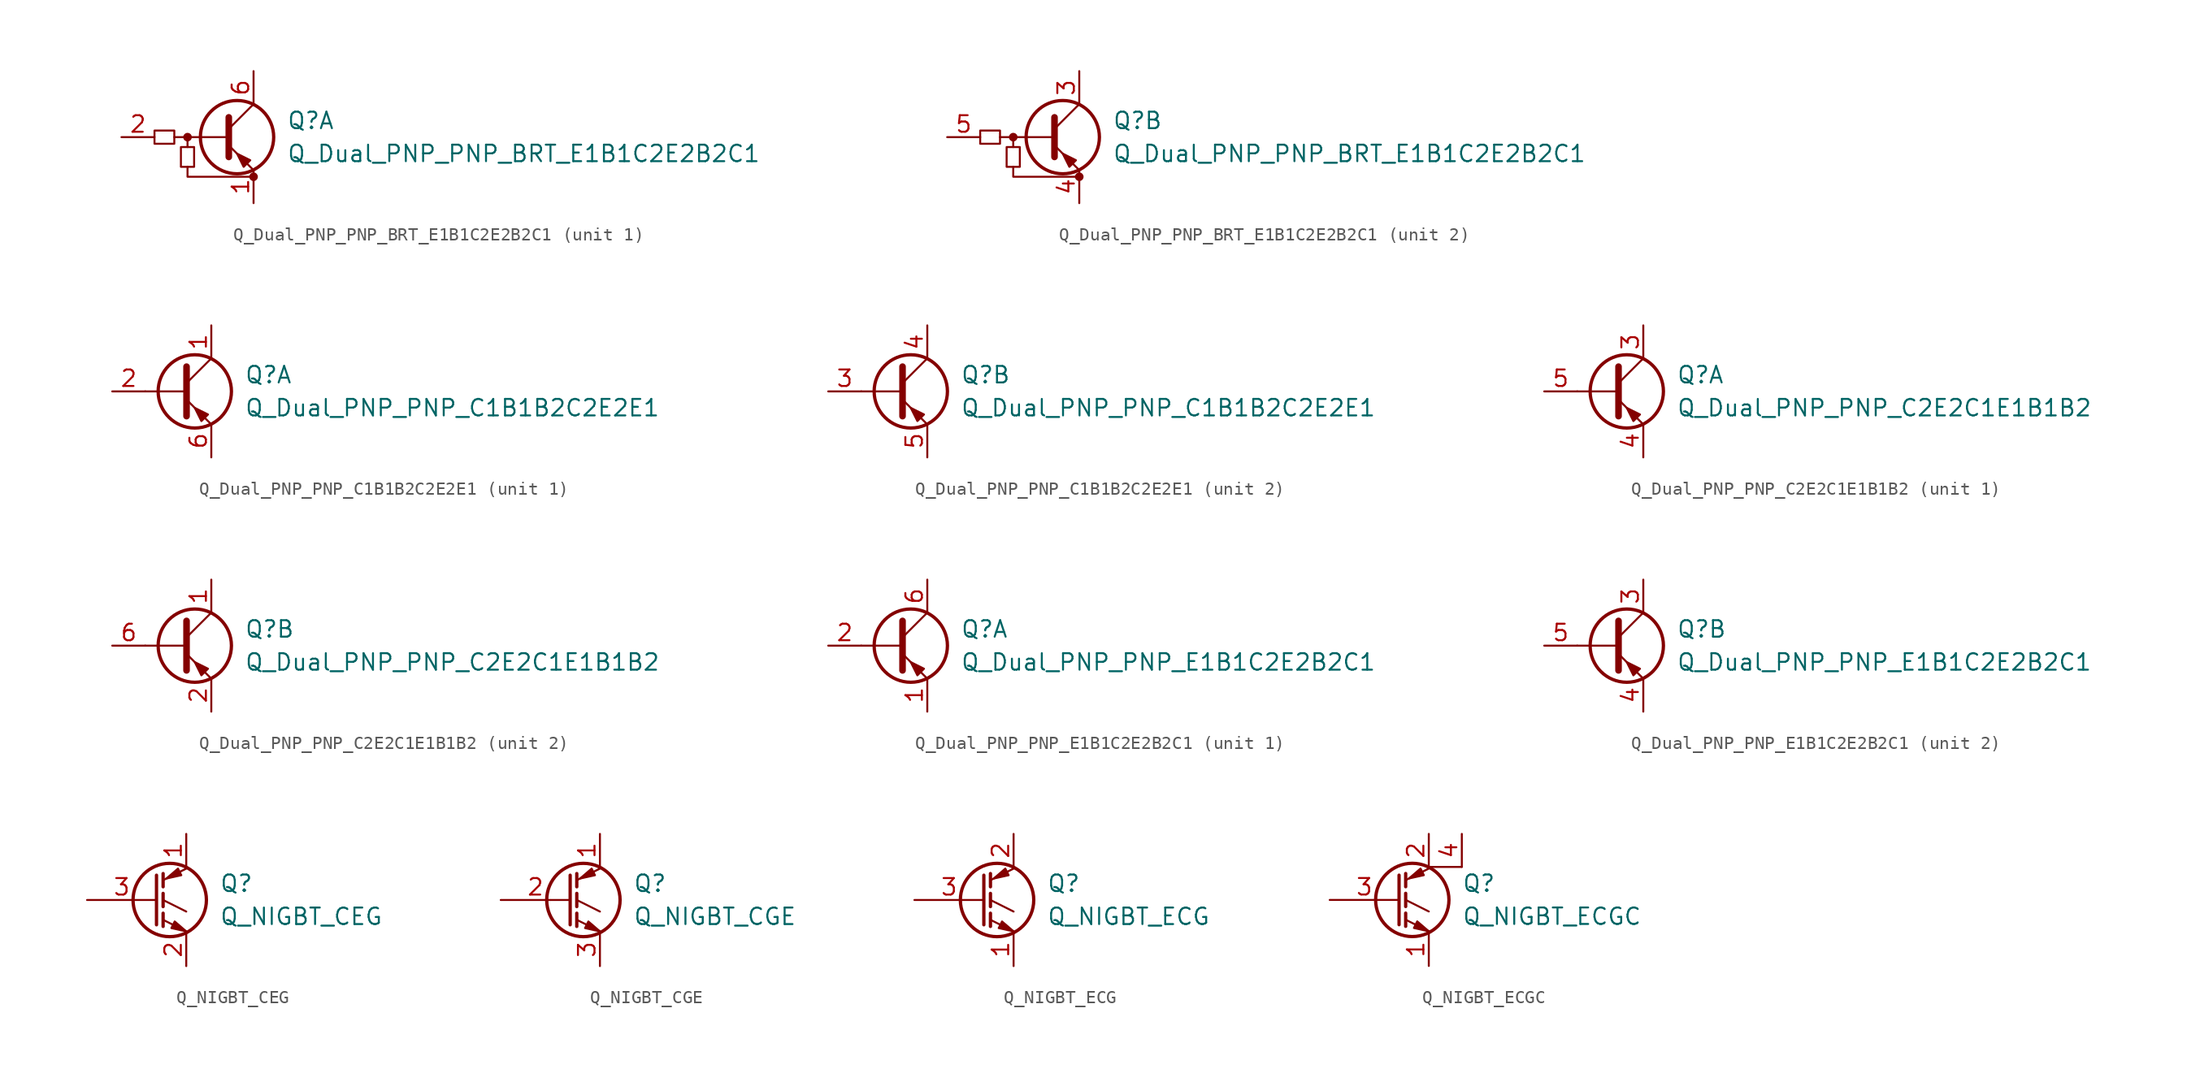
<source format=kicad_sym>
(kicad_symbol_lib
  (version 20201005)
  (generator kicad_symbol_editor)
  (symbol "Q_Dual_PNP_PNP_BRT_E1B1C2E2B2C1"
    (pin_names hide)
    (property "Reference" "Q"
      (at 3.81 1.27 0)
      (effects (font (size 1.27 1.27)) (justify left)))
    (property "Value" "Q_Dual_PNP_PNP_BRT_E1B1C2E2B2C1"
      (at 3.81 -1.27 0)
      (effects (font (size 1.27 1.27)) (justify left)))
    (symbol "Q_Dual_PNP_PNP_BRT_E1B1C2E2B2C1_0_1"
      (circle (center -3.81 0) (radius 0.254) (stroke (width 0)) (fill (type outline)))
      (circle (center 1.27 -3.048) (radius 0.254) (stroke (width 0)) (fill (type outline)))
      (rectangle (start -6.35 0.508) (end -4.826 -0.508) (stroke (width 0)) (fill (type none)))
      (rectangle (start -4.318 -2.286) (end -3.302 -0.762) (stroke (width 0)) (fill (type none)))
      (polyline (pts (xy -3.81 -0.762) (xy -3.81 0)) (stroke (width 0)) (fill (type none)))
      (polyline (pts (xy -0.762 0) (xy -4.826 0)) (stroke (width 0)) (fill (type none)))
      (polyline (pts (xy -0.635 1.524) (xy -0.635 -1.524)) (stroke (width 0.508)) (fill (type none)))
      (polyline (pts (xy -3.81 -2.286) (xy -3.81 -3.048) (xy 1.27 -3.048)) (stroke (width 0)) (fill (type none)))
      (polyline (pts (xy 1.016 -1.778) (xy 0.508 -2.286) (xy 0 -1.27) (xy 1.016 -1.778) (xy 1.016 -1.778)) (stroke (width 0)) (fill (type outline))))
    (symbol "Q_Dual_PNP_PNP_BRT_E1B1C2E2B2C1_1_1"
      (circle (center 0 0) (radius 2.819) (stroke (width 0.254)) (fill (type none)))
      (polyline (pts (xy -0.635 0.635) (xy 1.27 2.54)) (stroke (width 0)) (fill (type none)))
      (polyline (pts (xy -0.635 -0.635) (xy 1.27 -2.54) (xy 1.27 -2.54)) (stroke (width 0)) (fill (type none)))
      (pin passive line (at 1.27 -5.08 90) (length 2.54) (name "E1" (effects (font (size 1.27 1.27)))) (number "1" (effects (font (size 1.27 1.27)))))
      (pin input line (at -8.89 0 0) (length 2.54) (name "B1" (effects (font (size 1.27 1.27)))) (number "2" (effects (font (size 1.27 1.27)))))
      (pin passive line (at 1.27 5.08 270) (length 2.54) (name "C1" (effects (font (size 1.27 1.27)))) (number "6" (effects (font (size 1.27 1.27))))))
    (symbol "Q_Dual_PNP_PNP_BRT_E1B1C2E2B2C1_2_1"
      (circle (center 0 0) (radius 2.819) (stroke (width 0.254)) (fill (type none)))
      (polyline (pts (xy -0.635 0.635) (xy 1.27 2.54)) (stroke (width 0)) (fill (type none)))
      (polyline (pts (xy -0.635 -0.635) (xy 1.27 -2.54) (xy 1.27 -2.54)) (stroke (width 0)) (fill (type none)))
      (pin passive line (at 1.27 5.08 270) (length 2.54) (name "C2" (effects (font (size 1.27 1.27)))) (number "3" (effects (font (size 1.27 1.27)))))
      (pin passive line (at 1.27 -5.08 90) (length 2.54) (name "E2" (effects (font (size 1.27 1.27)))) (number "4" (effects (font (size 1.27 1.27)))))
      (pin input line (at -8.89 0 0) (length 2.54) (name "B2" (effects (font (size 1.27 1.27)))) (number "5" (effects (font (size 1.27 1.27)))))))
  (symbol "Q_Dual_PNP_PNP_C1B1B2C2E2E1"
    (pin_names
      (offset 0) hide)
    (property "Reference" "Q"
      (at 5.08 1.27 0)
      (effects (font (size 1.27 1.27)) (justify left)))
    (property "Value" "Q_Dual_PNP_PNP_C1B1B2C2E2E1"
      (at 5.08 -1.27 0)
      (effects (font (size 1.27 1.27)) (justify left)))
    (property "ki_locked" ""
      (at 0 0 0)
      (effects (font (size 1.27 1.27))))
    (symbol "Q_Dual_PNP_PNP_C1B1B2C2E2E1_0_1"
      (circle (center 1.27 0) (radius 2.819) (stroke (width 0.254)) (fill (type none)))
      (polyline (pts (xy 0.635 0) (xy -2.54 0)) (stroke (width 0)) (fill (type none)))
      (polyline (pts (xy 0.635 0.635) (xy 2.54 2.54)) (stroke (width 0)) (fill (type none)))
      (polyline (pts (xy 0.635 -0.635) (xy 2.54 -2.54) (xy 2.54 -2.54)) (stroke (width 0)) (fill (type none)))
      (polyline (pts (xy 0.635 1.905) (xy 0.635 -1.905) (xy 0.635 -1.905)) (stroke (width 0.508)) (fill (type none)))
      (polyline (pts (xy 2.286 -1.778) (xy 1.778 -2.286) (xy 1.27 -1.27) (xy 2.286 -1.778) (xy 2.286 -1.778)) (stroke (width 0)) (fill (type outline))))
    (symbol "Q_Dual_PNP_PNP_C1B1B2C2E2E1_1_1"
      (pin passive line (at 2.54 5.08 270) (length 2.54) (name "C1" (effects (font (size 1.27 1.27)))) (number "1" (effects (font (size 1.27 1.27)))))
      (pin input line (at -5.08 0 0) (length 2.54) (name "B1" (effects (font (size 1.27 1.27)))) (number "2" (effects (font (size 1.27 1.27)))))
      (pin passive line (at 2.54 -5.08 90) (length 2.54) (name "E1" (effects (font (size 1.27 1.27)))) (number "6" (effects (font (size 1.27 1.27))))))
    (symbol "Q_Dual_PNP_PNP_C1B1B2C2E2E1_2_1"
      (pin input line (at -5.08 0 0) (length 2.54) (name "B2" (effects (font (size 1.27 1.27)))) (number "3" (effects (font (size 1.27 1.27)))))
      (pin passive line (at 2.54 5.08 270) (length 2.54) (name "C2" (effects (font (size 1.27 1.27)))) (number "4" (effects (font (size 1.27 1.27)))))
      (pin passive line (at 2.54 -5.08 90) (length 2.54) (name "E2" (effects (font (size 1.27 1.27)))) (number "5" (effects (font (size 1.27 1.27)))))))
  (symbol "Q_Dual_PNP_PNP_C2E2C1E1B1B2"
    (pin_names
      (offset 0) hide)
    (property "Reference" "Q"
      (at 5.08 1.27 0)
      (effects (font (size 1.27 1.27)) (justify left)))
    (property "Value" "Q_Dual_PNP_PNP_C2E2C1E1B1B2"
      (at 5.08 -1.27 0)
      (effects (font (size 1.27 1.27)) (justify left)))
    (property "ki_locked" ""
      (at 0 0 0)
      (effects (font (size 1.27 1.27))))
    (symbol "Q_Dual_PNP_PNP_C2E2C1E1B1B2_0_1"
      (circle (center 1.27 0) (radius 2.819) (stroke (width 0.254)) (fill (type none)))
      (polyline (pts (xy 0.635 0) (xy -2.54 0)) (stroke (width 0)) (fill (type none)))
      (polyline (pts (xy 0.635 0.635) (xy 2.54 2.54)) (stroke (width 0)) (fill (type none)))
      (polyline (pts (xy 0.635 -0.635) (xy 2.54 -2.54) (xy 2.54 -2.54)) (stroke (width 0)) (fill (type none)))
      (polyline (pts (xy 0.635 1.905) (xy 0.635 -1.905) (xy 0.635 -1.905)) (stroke (width 0.508)) (fill (type none)))
      (polyline (pts (xy 2.286 -1.778) (xy 1.778 -2.286) (xy 1.27 -1.27) (xy 2.286 -1.778) (xy 2.286 -1.778)) (stroke (width 0)) (fill (type outline))))
    (symbol "Q_Dual_PNP_PNP_C2E2C1E1B1B2_1_1"
      (pin passive line (at 2.54 5.08 270) (length 2.54) (name "C1" (effects (font (size 1.27 1.27)))) (number "3" (effects (font (size 1.27 1.27)))))
      (pin passive line (at 2.54 -5.08 90) (length 2.54) (name "E1" (effects (font (size 1.27 1.27)))) (number "4" (effects (font (size 1.27 1.27)))))
      (pin input line (at -5.08 0 0) (length 2.54) (name "B1" (effects (font (size 1.27 1.27)))) (number "5" (effects (font (size 1.27 1.27))))))
    (symbol "Q_Dual_PNP_PNP_C2E2C1E1B1B2_2_1"
      (pin passive line (at 2.54 5.08 270) (length 2.54) (name "C2" (effects (font (size 1.27 1.27)))) (number "1" (effects (font (size 1.27 1.27)))))
      (pin passive line (at 2.54 -5.08 90) (length 2.54) (name "E2" (effects (font (size 1.27 1.27)))) (number "2" (effects (font (size 1.27 1.27)))))
      (pin input line (at -5.08 0 0) (length 2.54) (name "B2" (effects (font (size 1.27 1.27)))) (number "6" (effects (font (size 1.27 1.27)))))))
  (symbol "Q_Dual_PNP_PNP_E1B1C2E2B2C1"
    (pin_names
      (offset 0) hide)
    (property "Reference" "Q"
      (at 5.08 1.27 0)
      (effects (font (size 1.27 1.27)) (justify left)))
    (property "Value" "Q_Dual_PNP_PNP_E1B1C2E2B2C1"
      (at 5.08 -1.27 0)
      (effects (font (size 1.27 1.27)) (justify left)))
    (property "ki_locked" ""
      (at 0 0 0)
      (effects (font (size 1.27 1.27))))
    (symbol "Q_Dual_PNP_PNP_E1B1C2E2B2C1_0_1"
      (circle (center 1.27 0) (radius 2.819) (stroke (width 0.254)) (fill (type none)))
      (polyline (pts (xy 0.635 0) (xy -2.54 0)) (stroke (width 0)) (fill (type none)))
      (polyline (pts (xy 0.635 0.635) (xy 2.54 2.54)) (stroke (width 0)) (fill (type none)))
      (polyline (pts (xy 0.635 -0.635) (xy 2.54 -2.54) (xy 2.54 -2.54)) (stroke (width 0)) (fill (type none)))
      (polyline (pts (xy 0.635 1.905) (xy 0.635 -1.905) (xy 0.635 -1.905)) (stroke (width 0.508)) (fill (type none)))
      (polyline (pts (xy 2.286 -1.778) (xy 1.778 -2.286) (xy 1.27 -1.27) (xy 2.286 -1.778) (xy 2.286 -1.778)) (stroke (width 0)) (fill (type outline))))
    (symbol "Q_Dual_PNP_PNP_E1B1C2E2B2C1_1_1"
      (pin passive line (at 2.54 -5.08 90) (length 2.54) (name "E1" (effects (font (size 1.27 1.27)))) (number "1" (effects (font (size 1.27 1.27)))))
      (pin input line (at -5.08 0 0) (length 2.54) (name "B1" (effects (font (size 1.27 1.27)))) (number "2" (effects (font (size 1.27 1.27)))))
      (pin passive line (at 2.54 5.08 270) (length 2.54) (name "C1" (effects (font (size 1.27 1.27)))) (number "6" (effects (font (size 1.27 1.27))))))
    (symbol "Q_Dual_PNP_PNP_E1B1C2E2B2C1_2_1"
      (pin passive line (at 2.54 5.08 270) (length 2.54) (name "C2" (effects (font (size 1.27 1.27)))) (number "3" (effects (font (size 1.27 1.27)))))
      (pin passive line (at 2.54 -5.08 90) (length 2.54) (name "E2" (effects (font (size 1.27 1.27)))) (number "4" (effects (font (size 1.27 1.27)))))
      (pin input line (at -5.08 0 0) (length 2.54) (name "B2" (effects (font (size 1.27 1.27)))) (number "5" (effects (font (size 1.27 1.27)))))))
  (symbol "Q_NIGBT_CEG"
    (pin_names
      (offset 0) hide)
    (property "Reference" "Q"
      (at 5.08 1.27 0)
      (effects (font (size 1.27 1.27)) (justify left)))
    (property "Value" "Q_NIGBT_CEG"
      (at 5.08 -1.27 0)
      (effects (font (size 1.27 1.27)) (justify left)))
    (symbol "Q_NIGBT_CEG_0_1"
      (circle (center 1.27 0) (radius 2.819) (stroke (width 0.254)) (fill (type none)))
      (polyline (pts (xy 0.762 -1.016) (xy 0.762 -2.032)) (stroke (width 0.254)) (fill (type none)))
      (polyline (pts (xy 0.762 0.508) (xy 0.762 -0.508)) (stroke (width 0.254)) (fill (type none)))
      (polyline (pts (xy 0.762 2.032) (xy 0.762 1.016)) (stroke (width 0.254)) (fill (type none)))
      (polyline (pts (xy 2.54 -2.413) (xy 0.762 -1.524)) (stroke (width 0)) (fill (type none)))
      (polyline (pts (xy 2.54 -0.889) (xy 0.762 0)) (stroke (width 0)) (fill (type none)))
      (polyline (pts (xy 2.54 2.413) (xy 0.762 1.524)) (stroke (width 0)) (fill (type none)))
      (polyline (pts (xy 0.254 1.905) (xy 0.254 -1.905) (xy 0.254 -1.905)) (stroke (width 0.254)) (fill (type none)))
      (polyline (pts (xy 1.397 -2.159) (xy 1.651 -1.651) (xy 2.54 -2.413) (xy 1.397 -2.159)) (stroke (width 0)) (fill (type outline)))
      (polyline (pts (xy 2.159 1.905) (xy 1.905 2.413) (xy 1.016 1.651) (xy 2.159 1.905)) (stroke (width 0)) (fill (type outline))))
    (symbol "Q_NIGBT_CEG_1_1"
      (pin passive line (at 2.54 5.08 270) (length 2.54) (name "C" (effects (font (size 1.27 1.27)))) (number "1" (effects (font (size 1.27 1.27)))))
      (pin passive line (at 2.54 -5.08 90) (length 2.54) (name "E" (effects (font (size 1.27 1.27)))) (number "2" (effects (font (size 1.27 1.27)))))
      (pin input line (at -5.08 0 0) (length 5.334) (name "G" (effects (font (size 1.27 1.27)))) (number "3" (effects (font (size 1.27 1.27)))))))
  (symbol "Q_NIGBT_CGE"
    (pin_names
      (offset 0) hide)
    (property "Reference" "Q"
      (at 5.08 1.27 0)
      (effects (font (size 1.27 1.27)) (justify left)))
    (property "Value" "Q_NIGBT_CGE"
      (at 5.08 -1.27 0)
      (effects (font (size 1.27 1.27)) (justify left)))
    (symbol "Q_NIGBT_CGE_0_1"
      (circle (center 1.27 0) (radius 2.819) (stroke (width 0.254)) (fill (type none)))
      (polyline (pts (xy 0.762 -1.016) (xy 0.762 -2.032)) (stroke (width 0.254)) (fill (type none)))
      (polyline (pts (xy 0.762 0.508) (xy 0.762 -0.508)) (stroke (width 0.254)) (fill (type none)))
      (polyline (pts (xy 0.762 2.032) (xy 0.762 1.016)) (stroke (width 0.254)) (fill (type none)))
      (polyline (pts (xy 2.54 -2.413) (xy 0.762 -1.524)) (stroke (width 0)) (fill (type none)))
      (polyline (pts (xy 2.54 -0.889) (xy 0.762 0)) (stroke (width 0)) (fill (type none)))
      (polyline (pts (xy 2.54 2.413) (xy 0.762 1.524)) (stroke (width 0)) (fill (type none)))
      (polyline (pts (xy 0.254 1.905) (xy 0.254 -1.905) (xy 0.254 -1.905)) (stroke (width 0.254)) (fill (type none)))
      (polyline (pts (xy 1.397 -2.159) (xy 1.651 -1.651) (xy 2.54 -2.413) (xy 1.397 -2.159)) (stroke (width 0)) (fill (type outline)))
      (polyline (pts (xy 2.159 1.905) (xy 1.905 2.413) (xy 1.016 1.651) (xy 2.159 1.905)) (stroke (width 0)) (fill (type outline))))
    (symbol "Q_NIGBT_CGE_1_1"
      (pin passive line (at 2.54 5.08 270) (length 2.54) (name "C" (effects (font (size 1.27 1.27)))) (number "1" (effects (font (size 1.27 1.27)))))
      (pin input line (at -5.08 0 0) (length 5.334) (name "G" (effects (font (size 1.27 1.27)))) (number "2" (effects (font (size 1.27 1.27)))))
      (pin passive line (at 2.54 -5.08 90) (length 2.54) (name "E" (effects (font (size 1.27 1.27)))) (number "3" (effects (font (size 1.27 1.27)))))))
  (symbol "Q_NIGBT_ECG"
    (pin_names
      (offset 0) hide)
    (property "Reference" "Q"
      (at 5.08 1.27 0)
      (effects (font (size 1.27 1.27)) (justify left)))
    (property "Value" "Q_NIGBT_ECG"
      (at 5.08 -1.27 0)
      (effects (font (size 1.27 1.27)) (justify left)))
    (symbol "Q_NIGBT_ECG_0_1"
      (circle (center 1.27 0) (radius 2.819) (stroke (width 0.254)) (fill (type none)))
      (polyline (pts (xy 0.762 -1.016) (xy 0.762 -2.032)) (stroke (width 0.254)) (fill (type none)))
      (polyline (pts (xy 0.762 0.508) (xy 0.762 -0.508)) (stroke (width 0.254)) (fill (type none)))
      (polyline (pts (xy 0.762 2.032) (xy 0.762 1.016)) (stroke (width 0.254)) (fill (type none)))
      (polyline (pts (xy 2.54 -2.413) (xy 0.762 -1.524)) (stroke (width 0)) (fill (type none)))
      (polyline (pts (xy 2.54 -0.889) (xy 0.762 0)) (stroke (width 0)) (fill (type none)))
      (polyline (pts (xy 2.54 2.413) (xy 0.762 1.524)) (stroke (width 0)) (fill (type none)))
      (polyline (pts (xy 0.254 1.905) (xy 0.254 -1.905) (xy 0.254 -1.905)) (stroke (width 0.254)) (fill (type none)))
      (polyline (pts (xy 1.397 -2.159) (xy 1.651 -1.651) (xy 2.54 -2.413) (xy 1.397 -2.159)) (stroke (width 0)) (fill (type outline)))
      (polyline (pts (xy 2.159 1.905) (xy 1.905 2.413) (xy 1.016 1.651) (xy 2.159 1.905)) (stroke (width 0)) (fill (type outline))))
    (symbol "Q_NIGBT_ECG_1_1"
      (pin passive line (at 2.54 -5.08 90) (length 2.54) (name "E" (effects (font (size 1.27 1.27)))) (number "1" (effects (font (size 1.27 1.27)))))
      (pin passive line (at 2.54 5.08 270) (length 2.54) (name "C" (effects (font (size 1.27 1.27)))) (number "2" (effects (font (size 1.27 1.27)))))
      (pin input line (at -5.08 0 0) (length 5.334) (name "G" (effects (font (size 1.27 1.27)))) (number "3" (effects (font (size 1.27 1.27)))))))
  (symbol "Q_NIGBT_ECGC"
    (pin_names
      (offset 0) hide)
    (property "Reference" "Q"
      (at 5.08 1.27 0)
      (effects (font (size 1.27 1.27)) (justify left)))
    (property "Value" "Q_NIGBT_ECGC"
      (at 5.08 -1.27 0)
      (effects (font (size 1.27 1.27)) (justify left)))
    (symbol "Q_NIGBT_ECGC_0_1"
      (circle (center 1.27 0) (radius 2.819) (stroke (width 0.254)) (fill (type none)))
      (polyline (pts (xy 0.762 -1.016) (xy 0.762 -2.032)) (stroke (width 0.254)) (fill (type none)))
      (polyline (pts (xy 0.762 0.508) (xy 0.762 -0.508)) (stroke (width 0.254)) (fill (type none)))
      (polyline (pts (xy 0.762 2.032) (xy 0.762 1.016)) (stroke (width 0.254)) (fill (type none)))
      (polyline (pts (xy 2.54 -2.413) (xy 0.762 -1.524)) (stroke (width 0)) (fill (type none)))
      (polyline (pts (xy 2.54 -0.889) (xy 0.762 0)) (stroke (width 0)) (fill (type none)))
      (polyline (pts (xy 2.54 2.413) (xy 0.762 1.524)) (stroke (width 0)) (fill (type none)))
      (polyline (pts (xy 2.54 2.54) (xy 5.08 2.54)) (stroke (width 0)) (fill (type none)))
      (polyline (pts (xy 0.254 1.905) (xy 0.254 -1.905) (xy 0.254 -1.905)) (stroke (width 0.254)) (fill (type none)))
      (polyline (pts (xy 1.397 -2.159) (xy 1.651 -1.651) (xy 2.54 -2.413) (xy 1.397 -2.159)) (stroke (width 0)) (fill (type outline)))
      (polyline (pts (xy 2.159 1.905) (xy 1.905 2.413) (xy 1.016 1.651) (xy 2.159 1.905)) (stroke (width 0)) (fill (type outline))))
    (symbol "Q_NIGBT_ECGC_1_1"
      (pin passive line (at 2.54 -5.08 90) (length 2.54) (name "E" (effects (font (size 1.27 1.27)))) (number "1" (effects (font (size 1.27 1.27)))))
      (pin passive line (at 2.54 5.08 270) (length 2.54) (name "C" (effects (font (size 1.27 1.27)))) (number "2" (effects (font (size 1.27 1.27)))))
      (pin input line (at -5.08 0 0) (length 5.334) (name "G" (effects (font (size 1.27 1.27)))) (number "3" (effects (font (size 1.27 1.27)))))
      (pin passive line (at 5.08 5.08 270) (length 2.54) (name "C" (effects (font (size 1.27 1.27)))) (number "4" (effects (font (size 1.27 1.27))))))))
</source>
